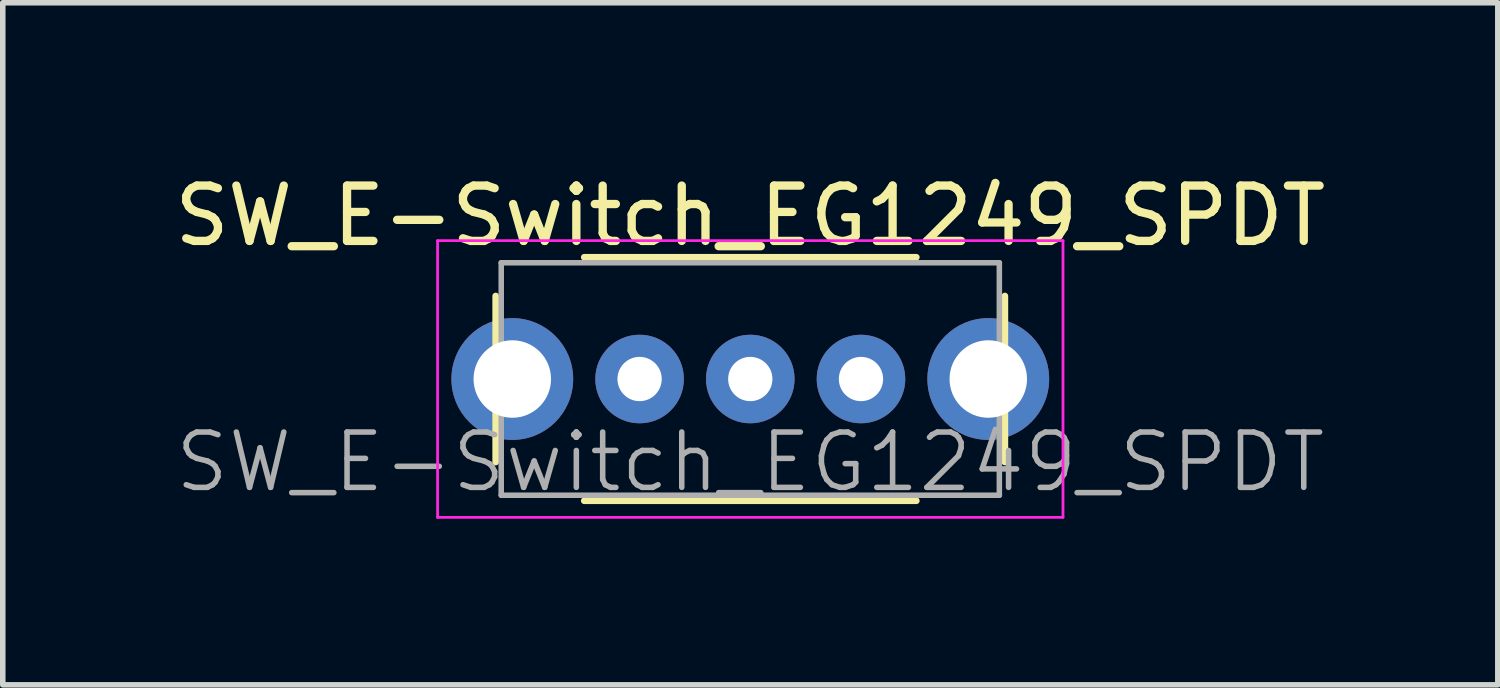
<source format=kicad_pcb>
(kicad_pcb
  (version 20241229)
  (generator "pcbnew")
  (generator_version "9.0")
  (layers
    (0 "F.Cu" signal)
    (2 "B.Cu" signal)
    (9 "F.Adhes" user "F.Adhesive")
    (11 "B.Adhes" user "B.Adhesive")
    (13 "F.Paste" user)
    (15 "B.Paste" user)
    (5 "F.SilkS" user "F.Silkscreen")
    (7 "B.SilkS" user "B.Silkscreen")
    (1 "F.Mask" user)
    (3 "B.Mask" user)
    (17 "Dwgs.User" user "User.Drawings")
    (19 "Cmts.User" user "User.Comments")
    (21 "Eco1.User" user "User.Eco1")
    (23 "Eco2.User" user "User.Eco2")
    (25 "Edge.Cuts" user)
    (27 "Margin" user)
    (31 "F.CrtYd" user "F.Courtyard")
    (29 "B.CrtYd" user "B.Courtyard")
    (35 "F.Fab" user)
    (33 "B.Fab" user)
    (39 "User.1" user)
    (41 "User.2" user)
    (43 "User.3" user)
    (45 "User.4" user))
  (footprint "SW_E-Switch_EG1249_SPDT"
    (layer "F.Cu")
    (at 8.506 3.798)
    (property "Reference" "SW_E-Switch_EG1249_SPDT" (at 2 -2.95 0) (layer "F.SilkS") (effects (font (size 1 1) (thickness 0.15))))
    (attr through_hole)
    (fp_line (start -2.6 1.5) (end -2.6 -1.5) (stroke (width 0.12) (type solid)) (layer "F.SilkS"))
    (fp_line (start -1 -2.2) (end 5 -2.2) (stroke (width 0.12) (type solid)) (layer "F.SilkS"))
    (fp_line (start 5 2.2) (end -1 2.2) (stroke (width 0.12) (type solid)) (layer "F.SilkS"))
    (fp_line (start 6.6 -1.5) (end 6.6 1.5) (stroke (width 0.12) (type solid)) (layer "F.SilkS"))
    (fp_line (start -3.65 -2.5) (end 7.65 -2.5) (stroke (width 0.05) (type solid)) (layer "F.CrtYd"))
    (fp_line (start -3.65 2.5) (end -3.65 -2.5) (stroke (width 0.05) (type solid)) (layer "F.CrtYd"))
    (fp_line (start 7.65 -2.5) (end 7.65 2.5) (stroke (width 0.05) (type solid)) (layer "F.CrtYd"))
    (fp_line (start 7.65 2.5) (end -3.65 2.5) (stroke (width 0.05) (type solid)) (layer "F.CrtYd"))
    (fp_line (start -2.5 -2.1) (end 6.5 -2.1) (stroke (width 0.1) (type solid)) (layer "F.Fab"))
    (fp_line (start -2.5 2.1) (end -2.5 -2.1) (stroke (width 0.1) (type solid)) (layer "F.Fab"))
    (fp_line (start 6.5 -2.1) (end 6.5 2.1) (stroke (width 0.1) (type solid)) (layer "F.Fab"))
    (fp_line (start 6.5 2.1) (end -2.5 2.1) (stroke (width 0.1) (type solid)) (layer "F.Fab"))
    (fp_text user "${REFERENCE}" (at 2 1.5 0) (layer "F.Fab") (effects (font (size 1 1) (thickness 0.1))))
    (pad "" thru_hole circle (at -2.3 0) (size 2.2 2.2) (drill 1.4) (layers "*.Cu" "*.Mask"))
    (pad "" thru_hole circle (at 6.3 0) (size 2.2 2.2) (drill 1.4) (layers "*.Cu" "*.Mask"))
    (pad "1" thru_hole circle (at 0 0) (size 1.6 1.6) (drill 0.8) (layers "*.Cu" "*.Mask"))
    (pad "2" thru_hole circle (at 2 0) (size 1.6 1.6) (drill 0.8) (layers "*.Cu" "*.Mask"))
    (pad "3" thru_hole circle (at 4 0) (size 1.6 1.6) (drill 0.8) (layers "*.Cu" "*.Mask")))
  (gr_rect
    (start -3 -3)
    (end 24.012 9.323)
    (stroke (width 0.1) (type default))
    (fill no)
    (layer "Edge.Cuts")))
</source>
